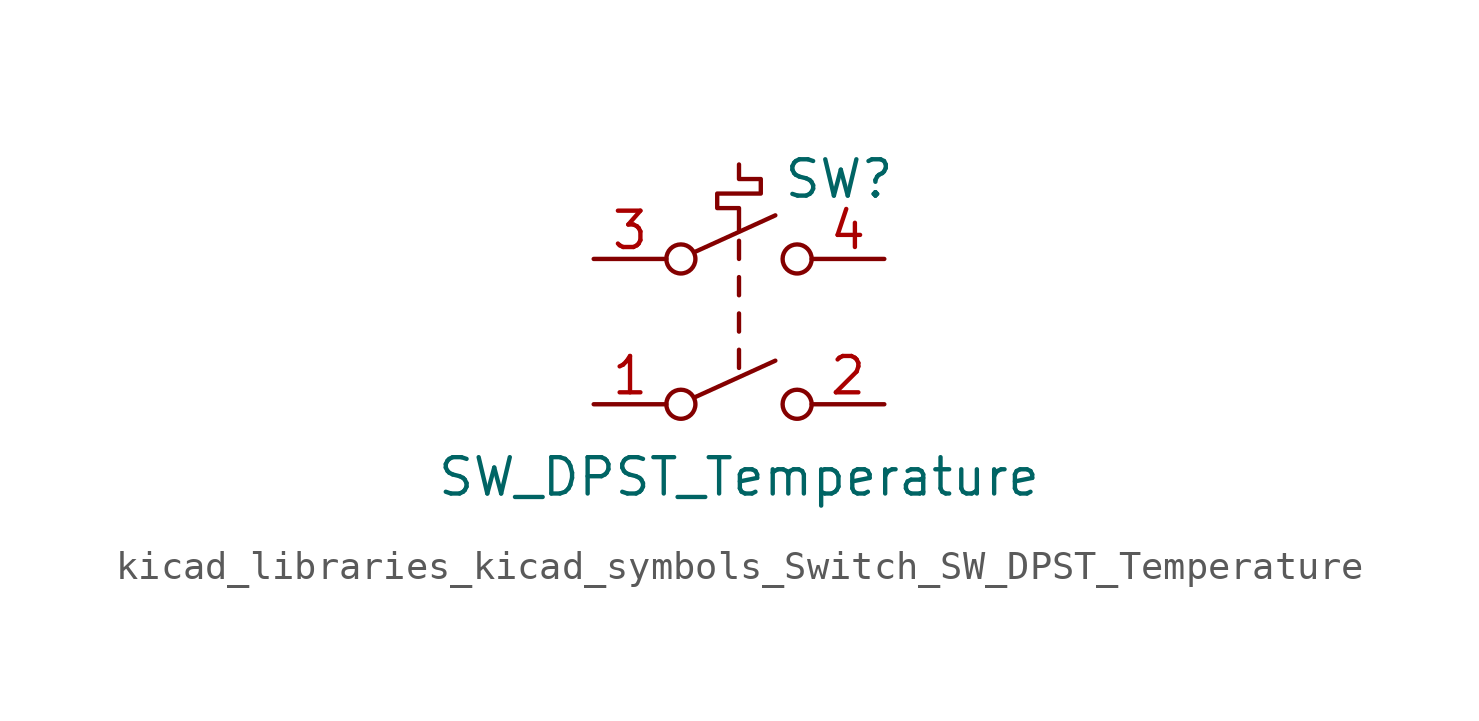
<source format=kicad_sym>
(kicad_symbol_lib
  (version 20220914)
  (generator kicad_symbol_editor)
  (symbol "kicad_libraries_kicad_symbols_Switch_SW_DPST_Temperature"
    (pin_names
      (offset 0) hide)
    (property "Reference" "SW"
      (at 1.524 5.334 0)
      (effects (font (size 1.27 1.27)) (justify left)))
    (property "Value" "SW_DPST_Temperature"
      (at 0 -5.08 0)
      (effects (font (size 1.27 1.27))))
    (symbol "kicad_libraries_kicad_symbols_Switch_SW_DPST_Temperature_0_0"
      (circle (center -2.032 -2.54) (radius 0.508) (stroke (width 0) (type default)) (fill (type none)))
      (circle (center -2.032 2.54) (radius 0.508) (stroke (width 0) (type default)) (fill (type none)))
      (polyline (pts (xy -1.524 -2.286) (xy 1.27 -1.016)) (stroke (width 0) (type default)) (fill (type none)))
      (polyline (pts (xy -1.524 2.794) (xy 1.27 4.064)) (stroke (width 0) (type default)) (fill (type none)))
      (polyline (pts (xy 0 -1.27) (xy 0 -0.635)) (stroke (width 0) (type default)) (fill (type none)))
      (polyline (pts (xy 0 0) (xy 0 0.635)) (stroke (width 0) (type default)) (fill (type none)))
      (polyline (pts (xy 0 1.27) (xy 0 1.905)) (stroke (width 0) (type default)) (fill (type none)))
      (polyline (pts (xy 0 2.54) (xy 0 3.175)) (stroke (width 0) (type default)) (fill (type none)))
      (polyline (pts (xy 0 3.556) (xy 0 4.318) (xy -0.762 4.318) (xy -0.762 4.826) (xy 0.762 4.826) (xy 0.762 5.334) (xy 0 5.334) (xy 0 5.842)) (stroke (width 0) (type default)) (fill (type none)))
      (circle (center 2.032 -2.54) (radius 0.508) (stroke (width 0) (type default)) (fill (type none)))
      (circle (center 2.032 2.54) (radius 0.508) (stroke (width 0) (type default)) (fill (type none))))
    (symbol "kicad_libraries_kicad_symbols_Switch_SW_DPST_Temperature_1_1"
      (pin passive line (at -5.08 -2.54 0) (length 2.54) (name "1" (effects (font (size 1.27 1.27)))) (number "1" (effects (font (size 1.27 1.27)))))
      (pin passive line (at 5.08 -2.54 180) (length 2.54) (name "2" (effects (font (size 1.27 1.27)))) (number "2" (effects (font (size 1.27 1.27)))))
      (pin passive line (at -5.08 2.54 0) (length 2.54) (name "3" (effects (font (size 1.27 1.27)))) (number "3" (effects (font (size 1.27 1.27)))))
      (pin passive line (at 5.08 2.54 180) (length 2.54) (name "4" (effects (font (size 1.27 1.27)))) (number "4" (effects (font (size 1.27 1.27))))))))
</source>
